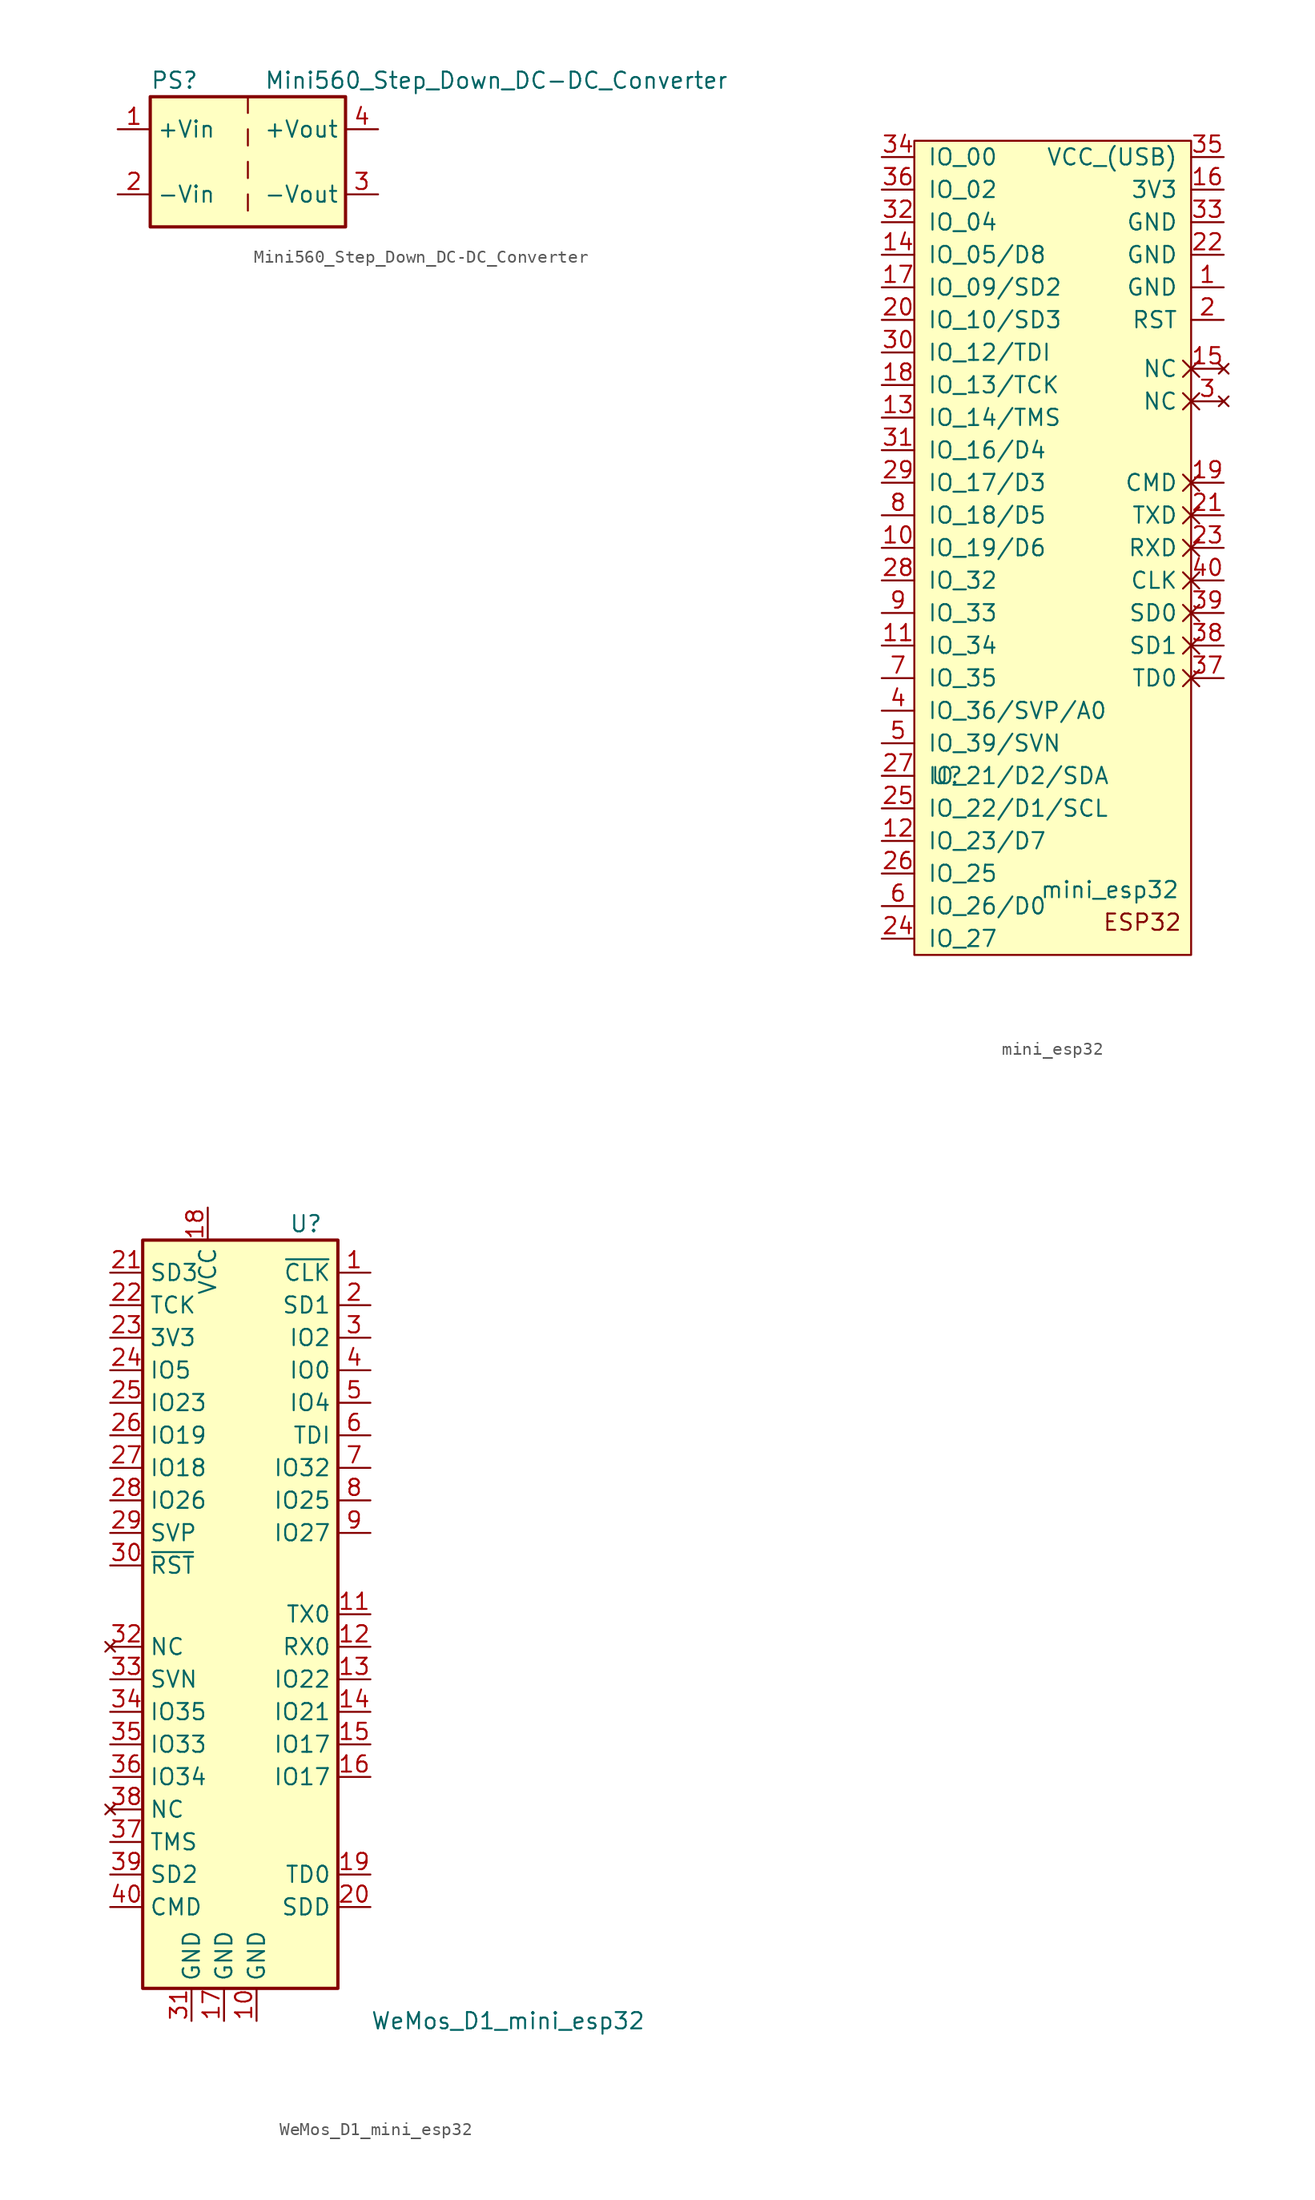
<source format=kicad_sym>
(kicad_symbol_lib
  (version 20220914)
  (generator kicad_symbol_editor)
  (symbol "Mini560_Step_Down_DC-DC_Converter"
    (property "Reference" "PS"
      (at -7.62 6.35 0)
      (effects (font (size 1.27 1.27)) (justify left)))
    (property "Value" "Mini560_Step_Down_DC-DC_Converter"
      (at 1.27 6.35 0)
      (effects (font (size 1.27 1.27)) (justify left)))
    (symbol "Mini560_Step_Down_DC-DC_Converter_0_0"
      (pin power_out line (at 10.16 -2.54 180) (length 2.54) (name "-Vout" (effects (font (size 1.27 1.27)))) (number "3" (effects (font (size 1.27 1.27)))))
      (pin power_out line (at 10.16 2.54 180) (length 2.54) (name "+Vout" (effects (font (size 1.27 1.27)))) (number "4" (effects (font (size 1.27 1.27))))))
    (symbol "Mini560_Step_Down_DC-DC_Converter_0_1"
      (rectangle (start -7.62 5.08) (end 7.62 -5.08) (stroke (width 0.254) (type default)) (fill (type background)))
      (polyline (pts (xy 0 -2.54) (xy 0 -3.81)) (stroke (width 0) (type default)) (fill (type none)))
      (polyline (pts (xy 0 0) (xy 0 -1.27)) (stroke (width 0) (type default)) (fill (type none)))
      (polyline (pts (xy 0 2.54) (xy 0 1.27)) (stroke (width 0) (type default)) (fill (type none)))
      (polyline (pts (xy 0 5.08) (xy 0 3.81)) (stroke (width 0) (type default)) (fill (type none))))
    (symbol "Mini560_Step_Down_DC-DC_Converter_1_0"
      (pin power_in line (at -10.16 2.54 0) (length 2.54) (name "+Vin" (effects (font (size 1.27 1.27)))) (number "1" (effects (font (size 1.27 1.27)))))
      (pin power_in line (at -10.16 -2.54 0) (length 2.54) (name "-Vin" (effects (font (size 1.27 1.27)))) (number "2" (effects (font (size 1.27 1.27)))))))
  (symbol "mini_esp32"
    (pin_names
      (offset 1.016))
    (property "Reference" "U"
      (at -7.62 -50.8 0)
      (effects (font (size 1.27 1.27))))
    (property "Value" "mini_esp32"
      (at 5.08 -59.69 0)
      (effects (font (size 1.27 1.27))))
    (symbol "mini_esp32_0_0"
      (text "ESP32" (at 7.62 -62.23 0) (effects (font (size 1.27 1.27))))
      (pin power_in line (at 13.97 -12.7 180) (length 2.54) (name "GND" (effects (font (size 1.27 1.27)))) (number "1" (effects (font (size 1.27 1.27)))))
      (pin input line (at 13.97 -15.24 180) (length 2.54) (name "RST" (effects (font (size 1.27 1.27)))) (number "2" (effects (font (size 1.27 1.27)))))
      (pin no_connect non_logic (at 13.97 -21.59 180) (length 2.54) (name "NC" (effects (font (size 1.27 1.27)))) (number "3" (effects (font (size 1.27 1.27)))))
      (pin bidirectional line (at -12.7 -45.72 0) (length 2.54) (name "IO_36/SVP/A0" (effects (font (size 1.27 1.27)))) (number "4" (effects (font (size 1.27 1.27)))))
      (pin bidirectional line (at -12.7 -48.26 0) (length 2.54) (name "IO_39/SVN" (effects (font (size 1.27 1.27)))) (number "5" (effects (font (size 1.27 1.27))))))
    (symbol "mini_esp32_0_1"
      (rectangle (start -10.16 -1.27) (end 11.43 -64.77) (stroke (width 0) (type solid)) (fill (type background))))
    (symbol "mini_esp32_1_1"
      (pin bidirectional line (at -12.7 -33.02 0) (length 2.54) (name "IO_19/D6" (effects (font (size 1.27 1.27)))) (number "10" (effects (font (size 1.27 1.27)))))
      (pin bidirectional line (at -12.7 -40.64 0) (length 2.54) (name "IO_34" (effects (font (size 1.27 1.27)))) (number "11" (effects (font (size 1.27 1.27)))))
      (pin bidirectional line (at -12.7 -55.88 0) (length 2.54) (name "IO_23/D7" (effects (font (size 1.27 1.27)))) (number "12" (effects (font (size 1.27 1.27)))))
      (pin bidirectional line (at -12.7 -22.86 0) (length 2.54) (name "IO_14/TMS" (effects (font (size 1.27 1.27)))) (number "13" (effects (font (size 1.27 1.27)))))
      (pin bidirectional line (at -12.7 -10.16 0) (length 2.54) (name "IO_05/D8" (effects (font (size 1.27 1.27)))) (number "14" (effects (font (size 1.27 1.27)))))
      (pin no_connect non_logic (at 13.97 -19.05 180) (length 2.54) (name "NC" (effects (font (size 1.27 1.27)))) (number "15" (effects (font (size 1.27 1.27)))))
      (pin power_in line (at 13.97 -5.08 180) (length 2.54) (name "3V3" (effects (font (size 1.27 1.27)))) (number "16" (effects (font (size 1.27 1.27)))))
      (pin bidirectional line (at -12.7 -12.7 0) (length 2.54) (name "IO_09/SD2" (effects (font (size 1.27 1.27)))) (number "17" (effects (font (size 1.27 1.27)))))
      (pin bidirectional line (at -12.7 -20.32 0) (length 2.54) (name "IO_13/TCK" (effects (font (size 1.27 1.27)))) (number "18" (effects (font (size 1.27 1.27)))))
      (pin passive non_logic (at 13.97 -27.94 180) (length 2.54) (name "CMD" (effects (font (size 1.27 1.27)))) (number "19" (effects (font (size 1.27 1.27)))))
      (pin bidirectional line (at -12.7 -15.24 0) (length 2.54) (name "IO_10/SD3" (effects (font (size 1.27 1.27)))) (number "20" (effects (font (size 1.27 1.27)))))
      (pin passive non_logic (at 13.97 -30.48 180) (length 2.54) (name "TXD" (effects (font (size 1.27 1.27)))) (number "21" (effects (font (size 1.27 1.27)))))
      (pin power_in line (at 13.97 -10.16 180) (length 2.54) (name "GND" (effects (font (size 1.27 1.27)))) (number "22" (effects (font (size 1.27 1.27)))))
      (pin passive non_logic (at 13.97 -33.02 180) (length 2.54) (name "RXD" (effects (font (size 1.27 1.27)))) (number "23" (effects (font (size 1.27 1.27)))))
      (pin bidirectional line (at -12.7 -63.5 0) (length 2.54) (name "IO_27" (effects (font (size 1.27 1.27)))) (number "24" (effects (font (size 1.27 1.27)))))
      (pin bidirectional line (at -12.7 -53.34 0) (length 2.54) (name "IO_22/D1/SCL" (effects (font (size 1.27 1.27)))) (number "25" (effects (font (size 1.27 1.27)))))
      (pin bidirectional line (at -12.7 -58.42 0) (length 2.54) (name "IO_25" (effects (font (size 1.27 1.27)))) (number "26" (effects (font (size 1.27 1.27)))))
      (pin bidirectional line (at -12.7 -50.8 0) (length 2.54) (name "IO_21/D2/SDA" (effects (font (size 1.27 1.27)))) (number "27" (effects (font (size 1.27 1.27)))))
      (pin bidirectional line (at -12.7 -35.56 0) (length 2.54) (name "IO_32" (effects (font (size 1.27 1.27)))) (number "28" (effects (font (size 1.27 1.27)))))
      (pin bidirectional line (at -12.7 -27.94 0) (length 2.54) (name "IO_17/D3" (effects (font (size 1.27 1.27)))) (number "29" (effects (font (size 1.27 1.27)))))
      (pin bidirectional line (at -12.7 -17.78 0) (length 2.54) (name "IO_12/TDI" (effects (font (size 1.27 1.27)))) (number "30" (effects (font (size 1.27 1.27)))))
      (pin bidirectional line (at -12.7 -25.4 0) (length 2.54) (name "IO_16/D4" (effects (font (size 1.27 1.27)))) (number "31" (effects (font (size 1.27 1.27)))))
      (pin bidirectional line (at -12.7 -7.62 0) (length 2.54) (name "IO_04" (effects (font (size 1.27 1.27)))) (number "32" (effects (font (size 1.27 1.27)))))
      (pin power_in line (at 13.97 -7.62 180) (length 2.54) (name "GND" (effects (font (size 1.27 1.27)))) (number "33" (effects (font (size 1.27 1.27)))))
      (pin bidirectional line (at -12.7 -2.54 0) (length 2.54) (name "IO_00" (effects (font (size 1.27 1.27)))) (number "34" (effects (font (size 1.27 1.27)))))
      (pin power_in line (at 13.97 -2.54 180) (length 2.54) (name "VCC_(USB)" (effects (font (size 1.27 1.27)))) (number "35" (effects (font (size 1.27 1.27)))))
      (pin bidirectional line (at -12.7 -5.08 0) (length 2.54) (name "IO_02" (effects (font (size 1.27 1.27)))) (number "36" (effects (font (size 1.27 1.27)))))
      (pin passive non_logic (at 13.97 -43.18 180) (length 2.54) (name "TD0" (effects (font (size 1.27 1.27)))) (number "37" (effects (font (size 1.27 1.27)))))
      (pin passive non_logic (at 13.97 -40.64 180) (length 2.54) (name "SD1" (effects (font (size 1.27 1.27)))) (number "38" (effects (font (size 1.27 1.27)))))
      (pin passive non_logic (at 13.97 -38.1 180) (length 2.54) (name "SD0" (effects (font (size 1.27 1.27)))) (number "39" (effects (font (size 1.27 1.27)))))
      (pin passive non_logic (at 13.97 -35.56 180) (length 2.54) (name "CLK" (effects (font (size 1.27 1.27)))) (number "40" (effects (font (size 1.27 1.27)))))
      (pin bidirectional line (at -12.7 -60.96 0) (length 2.54) (name "IO_26/D0" (effects (font (size 1.27 1.27)))) (number "6" (effects (font (size 1.27 1.27)))))
      (pin bidirectional line (at -12.7 -43.18 0) (length 2.54) (name "IO_35" (effects (font (size 1.27 1.27)))) (number "7" (effects (font (size 1.27 1.27)))))
      (pin bidirectional line (at -12.7 -30.48 0) (length 2.54) (name "IO_18/D5" (effects (font (size 1.27 1.27)))) (number "8" (effects (font (size 1.27 1.27)))))
      (pin bidirectional line (at -12.7 -38.1 0) (length 2.54) (name "IO_33" (effects (font (size 1.27 1.27)))) (number "9" (effects (font (size 1.27 1.27)))))))
  (symbol "WeMos_D1_mini_esp32"
    (property "Reference" "U"
      (at 3.81 19.05 0)
      (effects (font (size 1.27 1.27)) (justify left)))
    (property "Value" "WeMos_D1_mini_esp32"
      (at 10.16 -43.18 0)
      (effects (font (size 1.27 1.27)) (justify left)))
    (symbol "WeMos_D1_mini_esp32_1_1"
      (rectangle (start -7.62 17.78) (end 7.62 -40.64) (stroke (width 0.254) (type default)) (fill (type background)))
      (pin bidirectional line (at 10.16 15.24 180) (length 2.54) (name "~{CLK}" (effects (font (size 1.27 1.27)))) (number "1" (effects (font (size 1.27 1.27)))))
      (pin power_in line (at 1.27 -43.18 90) (length 2.54) (name "GND" (effects (font (size 1.27 1.27)))) (number "10" (effects (font (size 1.27 1.27)))))
      (pin output line (at 10.16 -11.43 180) (length 2.54) (name "TX0" (effects (font (size 1.27 1.27)))) (number "11" (effects (font (size 1.27 1.27)))))
      (pin input line (at 10.16 -13.97 180) (length 2.54) (name "RX0" (effects (font (size 1.27 1.27)))) (number "12" (effects (font (size 1.27 1.27)))))
      (pin bidirectional line (at 10.16 -16.51 180) (length 2.54) (name "IO22" (effects (font (size 1.27 1.27)))) (number "13" (effects (font (size 1.27 1.27)))))
      (pin bidirectional line (at 10.16 -19.05 180) (length 2.54) (name "IO21" (effects (font (size 1.27 1.27)))) (number "14" (effects (font (size 1.27 1.27)))))
      (pin bidirectional line (at 10.16 -21.59 180) (length 2.54) (name "IO17" (effects (font (size 1.27 1.27)))) (number "15" (effects (font (size 1.27 1.27)))))
      (pin bidirectional line (at 10.16 -24.13 180) (length 2.54) (name "IO17" (effects (font (size 1.27 1.27)))) (number "16" (effects (font (size 1.27 1.27)))))
      (pin power_in line (at -1.27 -43.18 90) (length 2.54) (name "GND" (effects (font (size 1.27 1.27)))) (number "17" (effects (font (size 1.27 1.27)))))
      (pin power_in line (at -2.54 20.32 270) (length 2.54) (name "VCC" (effects (font (size 1.27 1.27)))) (number "18" (effects (font (size 1.27 1.27)))))
      (pin bidirectional line (at 10.16 -31.75 180) (length 2.54) (name "TD0" (effects (font (size 1.27 1.27)))) (number "19" (effects (font (size 1.27 1.27)))))
      (pin bidirectional line (at 10.16 12.7 180) (length 2.54) (name "SD1" (effects (font (size 1.27 1.27)))) (number "2" (effects (font (size 1.27 1.27)))))
      (pin bidirectional line (at 10.16 -34.29 180) (length 2.54) (name "SDD" (effects (font (size 1.27 1.27)))) (number "20" (effects (font (size 1.27 1.27)))))
      (pin bidirectional line (at -10.16 15.24 0) (length 2.54) (name "SD3" (effects (font (size 1.27 1.27)))) (number "21" (effects (font (size 1.27 1.27)))))
      (pin bidirectional line (at -10.16 12.7 0) (length 2.54) (name "TCK" (effects (font (size 1.27 1.27)))) (number "22" (effects (font (size 1.27 1.27)))))
      (pin power_out line (at -10.16 10.16 0) (length 2.54) (name "3V3" (effects (font (size 1.27 1.27)))) (number "23" (effects (font (size 1.27 1.27)))))
      (pin bidirectional line (at -10.16 7.62 0) (length 2.54) (name "IO5" (effects (font (size 1.27 1.27)))) (number "24" (effects (font (size 1.27 1.27)))))
      (pin bidirectional line (at -10.16 5.08 0) (length 2.54) (name "IO23" (effects (font (size 1.27 1.27)))) (number "25" (effects (font (size 1.27 1.27)))))
      (pin bidirectional line (at -10.16 2.54 0) (length 2.54) (name "IO19" (effects (font (size 1.27 1.27)))) (number "26" (effects (font (size 1.27 1.27)))))
      (pin bidirectional line (at -10.16 0 0) (length 2.54) (name "IO18" (effects (font (size 1.27 1.27)))) (number "27" (effects (font (size 1.27 1.27)))))
      (pin bidirectional line (at -10.16 -2.54 0) (length 2.54) (name "IO26" (effects (font (size 1.27 1.27)))) (number "28" (effects (font (size 1.27 1.27)))))
      (pin bidirectional line (at -10.16 -5.08 0) (length 2.54) (name "SVP" (effects (font (size 1.27 1.27)))) (number "29" (effects (font (size 1.27 1.27)))))
      (pin bidirectional line (at 10.16 10.16 180) (length 2.54) (name "IO2" (effects (font (size 1.27 1.27)))) (number "3" (effects (font (size 1.27 1.27)))))
      (pin input line (at -10.16 -7.62 0) (length 2.54) (name "~{RST}" (effects (font (size 1.27 1.27)))) (number "30" (effects (font (size 1.27 1.27)))))
      (pin power_in line (at -3.81 -43.18 90) (length 2.54) (name "GND" (effects (font (size 1.27 1.27)))) (number "31" (effects (font (size 1.27 1.27)))))
      (pin no_connect line (at -10.16 -13.97 0) (length 2.54) (name "NC" (effects (font (size 1.27 1.27)))) (number "32" (effects (font (size 1.27 1.27)))))
      (pin bidirectional line (at -10.16 -16.51 0) (length 2.54) (name "SVN" (effects (font (size 1.27 1.27)))) (number "33" (effects (font (size 1.27 1.27)))))
      (pin bidirectional line (at -10.16 -19.05 0) (length 2.54) (name "IO35" (effects (font (size 1.27 1.27)))) (number "34" (effects (font (size 1.27 1.27)))))
      (pin bidirectional line (at -10.16 -21.59 0) (length 2.54) (name "IO33" (effects (font (size 1.27 1.27)))) (number "35" (effects (font (size 1.27 1.27)))))
      (pin bidirectional line (at -10.16 -24.13 0) (length 2.54) (name "IO34" (effects (font (size 1.27 1.27)))) (number "36" (effects (font (size 1.27 1.27)))))
      (pin bidirectional line (at -10.16 -29.21 0) (length 2.54) (name "TMS" (effects (font (size 1.27 1.27)))) (number "37" (effects (font (size 1.27 1.27)))))
      (pin no_connect line (at -10.16 -26.67 0) (length 2.54) (name "NC" (effects (font (size 1.27 1.27)))) (number "38" (effects (font (size 1.27 1.27)))))
      (pin bidirectional line (at -10.16 -31.75 0) (length 2.54) (name "SD2" (effects (font (size 1.27 1.27)))) (number "39" (effects (font (size 1.27 1.27)))))
      (pin bidirectional line (at 10.16 7.62 180) (length 2.54) (name "IO0" (effects (font (size 1.27 1.27)))) (number "4" (effects (font (size 1.27 1.27)))))
      (pin bidirectional line (at -10.16 -34.29 0) (length 2.54) (name "CMD" (effects (font (size 1.27 1.27)))) (number "40" (effects (font (size 1.27 1.27)))))
      (pin bidirectional line (at 10.16 5.08 180) (length 2.54) (name "IO4" (effects (font (size 1.27 1.27)))) (number "5" (effects (font (size 1.27 1.27)))))
      (pin bidirectional line (at 10.16 2.54 180) (length 2.54) (name "TDI" (effects (font (size 1.27 1.27)))) (number "6" (effects (font (size 1.27 1.27)))))
      (pin bidirectional line (at 10.16 0 180) (length 2.54) (name "IO32" (effects (font (size 1.27 1.27)))) (number "7" (effects (font (size 1.27 1.27)))))
      (pin bidirectional line (at 10.16 -2.54 180) (length 2.54) (name "IO25" (effects (font (size 1.27 1.27)))) (number "8" (effects (font (size 1.27 1.27)))))
      (pin bidirectional line (at 10.16 -5.08 180) (length 2.54) (name "IO27" (effects (font (size 1.27 1.27)))) (number "9" (effects (font (size 1.27 1.27))))))))
</source>
